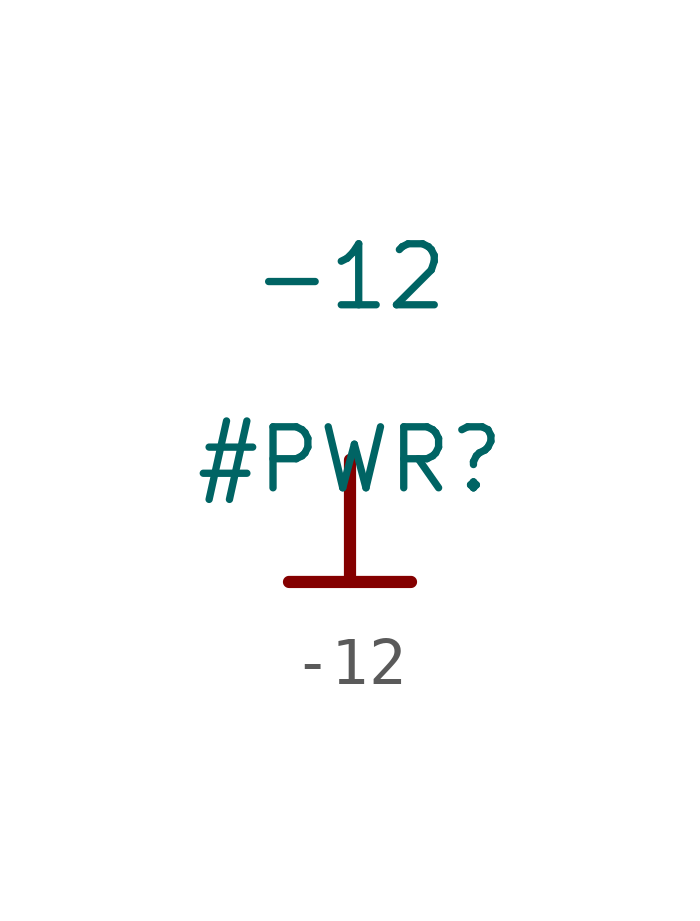
<source format=kicad_sym>
(kicad_symbol_lib
  (version 20220914)
  (generator kicad_symbol_editor)
  (symbol "-12"
    (power)
    (property "Reference" "#PWR"
      (at 0 0 0)
      (effects (font (size 1.27 1.27))))
    (property "Value" "-12"
      (at 0 3.81 0)
      (effects (font (size 1.27 1.27))))
    (symbol "-12_0_0"
      (polyline (pts (xy -1.27 -2.54) (xy 1.27 -2.54)) (stroke (width 0.254) (type solid)) (fill (type none)))
      (polyline (pts (xy 0 0) (xy 0 -2.54)) (stroke (width 0.254) (type solid)) (fill (type none)))
      (pin power_in line (at 0 0 0) (length 0) hide (name "-12" (effects (font (size 1.27 1.27)))) (number "" (effects (font (size 1.27 1.27))))))))
</source>
